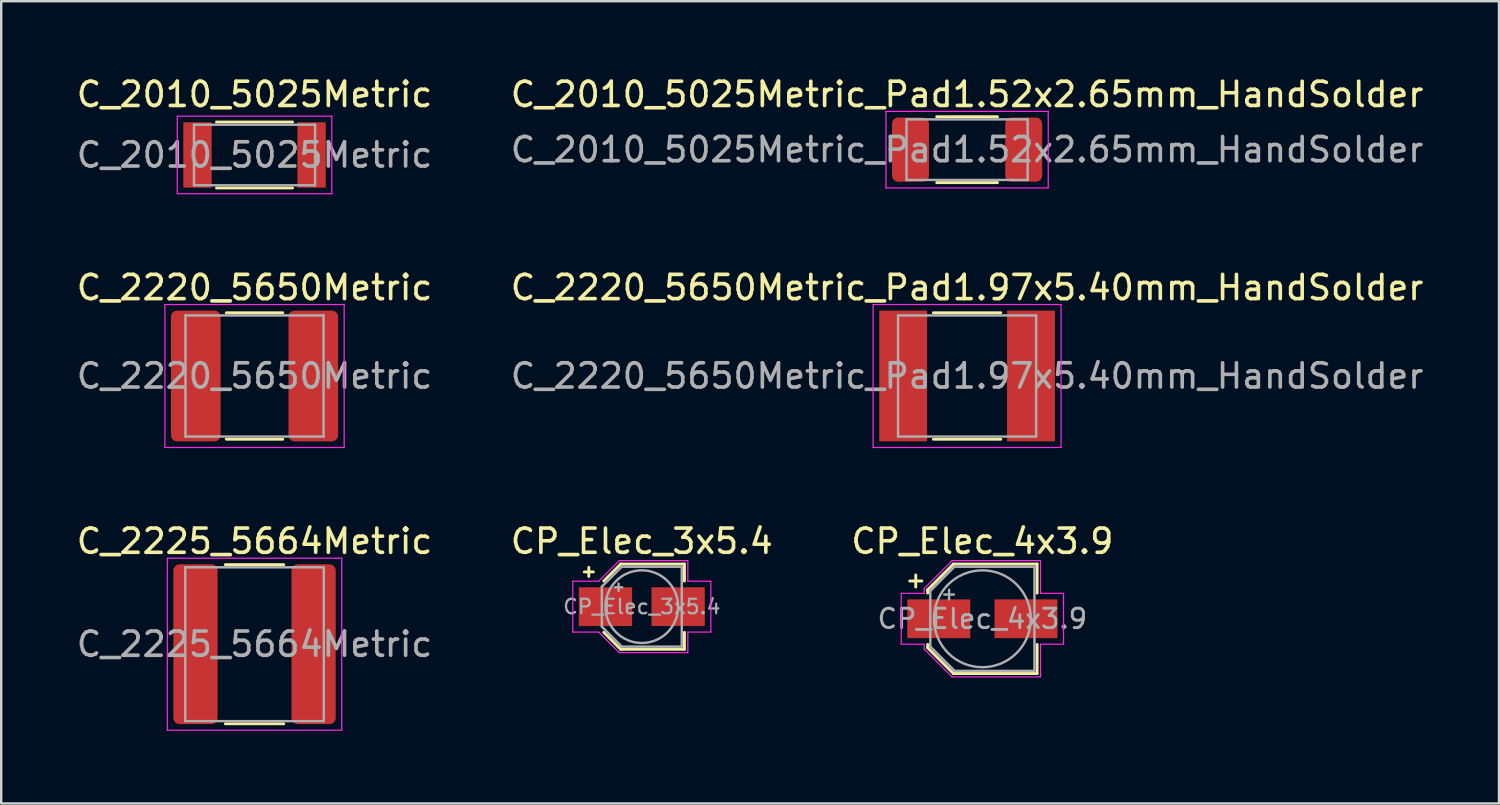
<source format=kicad_pcb>
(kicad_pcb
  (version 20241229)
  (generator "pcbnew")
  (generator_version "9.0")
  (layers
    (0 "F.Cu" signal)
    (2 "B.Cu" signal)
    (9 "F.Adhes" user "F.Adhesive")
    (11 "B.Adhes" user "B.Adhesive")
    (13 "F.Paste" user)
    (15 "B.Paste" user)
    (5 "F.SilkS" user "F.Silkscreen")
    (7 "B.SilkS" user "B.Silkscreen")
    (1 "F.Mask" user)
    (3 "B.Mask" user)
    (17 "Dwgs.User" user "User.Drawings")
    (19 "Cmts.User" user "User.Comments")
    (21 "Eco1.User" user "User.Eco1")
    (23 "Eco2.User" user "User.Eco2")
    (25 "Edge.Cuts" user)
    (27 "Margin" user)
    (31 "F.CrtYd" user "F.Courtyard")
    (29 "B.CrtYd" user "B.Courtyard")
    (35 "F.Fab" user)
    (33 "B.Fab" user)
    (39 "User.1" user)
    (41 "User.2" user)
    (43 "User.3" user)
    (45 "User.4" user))
  (footprint "C_2010_5025Metric"
    (layer "F.Cu")
    (at 7.458 3.348)
    (property "Reference" "C_2010_5025Metric" (at 0 -2.5 0) (layer "F.SilkS") (effects (font (size 1 1) (thickness 0.15))))
    (attr smd)
    (fp_line (start -1.57 -1.36) (end 1.57 -1.36) (stroke (width 0.12) (type solid)) (layer "F.SilkS"))
    (fp_line (start -1.57 1.36) (end 1.57 1.36) (stroke (width 0.12) (type solid)) (layer "F.SilkS"))
    (fp_line (start -3.19 -1.6) (end 3.19 -1.6) (stroke (width 0.05) (type solid)) (layer "F.CrtYd"))
    (fp_line (start -3.19 1.6) (end -3.19 -1.6) (stroke (width 0.05) (type solid)) (layer "F.CrtYd"))
    (fp_line (start 3.19 -1.6) (end 3.19 1.6) (stroke (width 0.05) (type solid)) (layer "F.CrtYd"))
    (fp_line (start 3.19 1.6) (end -3.19 1.6) (stroke (width 0.05) (type solid)) (layer "F.CrtYd"))
    (fp_line (start -2.5 -1.25) (end 2.5 -1.25) (stroke (width 0.1) (type solid)) (layer "F.Fab"))
    (fp_line (start -2.5 1.25) (end -2.5 -1.25) (stroke (width 0.1) (type solid)) (layer "F.Fab"))
    (fp_line (start 2.5 -1.25) (end 2.5 1.25) (stroke (width 0.1) (type solid)) (layer "F.Fab"))
    (fp_line (start 2.5 1.25) (end -2.5 1.25) (stroke (width 0.1) (type solid)) (layer "F.Fab"))
    (fp_text user "${REFERENCE}" (at 0 0 0) (layer "F.Fab") (effects (font (size 1 1) (thickness 0.15))))
    (pad "1" smd rect (at -2.355 0) (size 1.17 2.7) (layers "F.Cu" "F.Mask" "F.Paste"))
    (pad "2" smd rect (at 2.355 0) (size 1.17 2.7) (layers "F.Cu" "F.Mask" "F.Paste")))
  (footprint "CP_Elec_3x5.4"
    (layer "F.Cu")
    (at 23.446 21.995)
    (property "Reference" "CP_Elec_3x5.4" (at 0 -2.7 0) (layer "F.SilkS") (effects (font (size 1 1) (thickness 0.15))))
    (attr smd)
    (fp_line (start -2.375 -1.435) (end -2 -1.435) (stroke (width 0.12) (type solid)) (layer "F.SilkS"))
    (fp_line (start -2.188 -1.623) (end -2.188 -1.248) (stroke (width 0.12) (type solid)) (layer "F.SilkS"))
    (fp_line (start -1.571 -1.06) (end -0.871 -1.76) (stroke (width 0.12) (type solid)) (layer "F.SilkS"))
    (fp_line (start -1.571 1.06) (end -0.871 1.76) (stroke (width 0.12) (type solid)) (layer "F.SilkS"))
    (fp_line (start -0.871 -1.76) (end 1.76 -1.76) (stroke (width 0.12) (type solid)) (layer "F.SilkS"))
    (fp_line (start -0.871 1.76) (end 1.76 1.76) (stroke (width 0.12) (type solid)) (layer "F.SilkS"))
    (fp_line (start 1.76 -1.76) (end 1.76 -1.06) (stroke (width 0.12) (type solid)) (layer "F.SilkS"))
    (fp_line (start 1.76 1.76) (end 1.76 1.06) (stroke (width 0.12) (type solid)) (layer "F.SilkS"))
    (fp_line (start -2.85 -1.05) (end -2.85 1.05) (stroke (width 0.05) (type solid)) (layer "F.CrtYd"))
    (fp_line (start -2.85 1.05) (end -1.779 1.05) (stroke (width 0.05) (type solid)) (layer "F.CrtYd"))
    (fp_line (start -1.779 -1.05) (end -2.85 -1.05) (stroke (width 0.05) (type solid)) (layer "F.CrtYd"))
    (fp_line (start -1.779 -1.05) (end -0.93 -1.9) (stroke (width 0.05) (type solid)) (layer "F.CrtYd"))
    (fp_line (start -1.779 1.05) (end -0.93 1.9) (stroke (width 0.05) (type solid)) (layer "F.CrtYd"))
    (fp_line (start -0.93 -1.9) (end 1.9 -1.9) (stroke (width 0.05) (type solid)) (layer "F.CrtYd"))
    (fp_line (start -0.93 1.9) (end 1.9 1.9) (stroke (width 0.05) (type solid)) (layer "F.CrtYd"))
    (fp_line (start 1.9 -1.9) (end 1.9 -1.05) (stroke (width 0.05) (type solid)) (layer "F.CrtYd"))
    (fp_line (start 1.9 -1.05) (end 2.85 -1.05) (stroke (width 0.05) (type solid)) (layer "F.CrtYd"))
    (fp_line (start 1.9 1.05) (end 1.9 1.9) (stroke (width 0.05) (type solid)) (layer "F.CrtYd"))
    (fp_line (start 2.85 -1.05) (end 2.85 1.05) (stroke (width 0.05) (type solid)) (layer "F.CrtYd"))
    (fp_line (start 2.85 1.05) (end 1.9 1.05) (stroke (width 0.05) (type solid)) (layer "F.CrtYd"))
    (fp_line (start -1.65 -0.825) (end -1.65 0.825) (stroke (width 0.1) (type solid)) (layer "F.Fab"))
    (fp_line (start -1.65 -0.825) (end -0.825 -1.65) (stroke (width 0.1) (type solid)) (layer "F.Fab"))
    (fp_line (start -1.65 0.825) (end -0.825 1.65) (stroke (width 0.1) (type solid)) (layer "F.Fab"))
    (fp_line (start -1.11 -0.8) (end -0.81 -0.8) (stroke (width 0.1) (type solid)) (layer "F.Fab"))
    (fp_line (start -0.96 -0.95) (end -0.96 -0.65) (stroke (width 0.1) (type solid)) (layer "F.Fab"))
    (fp_line (start -0.825 -1.65) (end 1.65 -1.65) (stroke (width 0.1) (type solid)) (layer "F.Fab"))
    (fp_line (start -0.825 1.65) (end 1.65 1.65) (stroke (width 0.1) (type solid)) (layer "F.Fab"))
    (fp_line (start 1.65 -1.65) (end 1.65 1.65) (stroke (width 0.1) (type solid)) (layer "F.Fab"))
    (fp_circle (center 0 0) (end 1.5 0) (stroke (width 0.1) (type solid)) (fill no) (layer "F.Fab"))
    (fp_text user "${REFERENCE}" (at 0 0 0) (layer "F.Fab") (effects (font (size 0.6 0.6) (thickness 0.09))))
    (pad "1" smd rect (at -1.5 0) (size 2.2 1.6) (layers "F.Cu" "F.Mask" "F.Paste"))
    (pad "2" smd rect (at 1.5 0) (size 2.2 1.6) (layers "F.Cu" "F.Mask" "F.Paste")))
  (footprint "C_2010_5025Metric_Pad1.52x2.65mm_HandSolder"
    (layer "F.Cu")
    (at 36.875 3.128)
    (property "Reference" "C_2010_5025Metric_Pad1.52x2.65mm_HandSolder" (at 0 -2.28 0) (layer "F.SilkS") (effects (font (size 1 1) (thickness 0.15))))
    (attr smd)
    (fp_line (start -1.255 -1.36) (end 1.255 -1.36) (stroke (width 0.12) (type solid)) (layer "F.SilkS"))
    (fp_line (start -1.255 1.36) (end 1.255 1.36) (stroke (width 0.12) (type solid)) (layer "F.SilkS"))
    (fp_line (start -3.35 -1.58) (end 3.35 -1.58) (stroke (width 0.05) (type solid)) (layer "F.CrtYd"))
    (fp_line (start -3.35 1.58) (end -3.35 -1.58) (stroke (width 0.05) (type solid)) (layer "F.CrtYd"))
    (fp_line (start 3.35 -1.58) (end 3.35 1.58) (stroke (width 0.05) (type solid)) (layer "F.CrtYd"))
    (fp_line (start 3.35 1.58) (end -3.35 1.58) (stroke (width 0.05) (type solid)) (layer "F.CrtYd"))
    (fp_line (start -2.5 -1.25) (end 2.5 -1.25) (stroke (width 0.1) (type solid)) (layer "F.Fab"))
    (fp_line (start -2.5 1.25) (end -2.5 -1.25) (stroke (width 0.1) (type solid)) (layer "F.Fab"))
    (fp_line (start 2.5 -1.25) (end 2.5 1.25) (stroke (width 0.1) (type solid)) (layer "F.Fab"))
    (fp_line (start 2.5 1.25) (end -2.5 1.25) (stroke (width 0.1) (type solid)) (layer "F.Fab"))
    (fp_text user "${REFERENCE}" (at 0 0 0) (layer "F.Fab") (effects (font (size 1 1) (thickness 0.15))))
    (pad "1" smd roundrect (at -2.337 0) (size 1.525 2.65) (layers "F.Cu" "F.Mask" "F.Paste") (roundrect_rratio 0.164))
    (pad "2" smd roundrect (at 2.337 0) (size 1.525 2.65) (layers "F.Cu" "F.Mask" "F.Paste") (roundrect_rratio 0.164)))
  (footprint "C_2225_5664Metric"
    (layer "F.Cu")
    (at 7.458 23.545)
    (property "Reference" "C_2225_5664Metric" (at 0 -4.25 0) (layer "F.SilkS") (effects (font (size 1 1) (thickness 0.15))))
    (attr smd)
    (fp_line (start -1.205 -3.285) (end 1.205 -3.285) (stroke (width 0.12) (type solid)) (layer "F.SilkS"))
    (fp_line (start -1.205 3.285) (end 1.205 3.285) (stroke (width 0.12) (type solid)) (layer "F.SilkS"))
    (fp_line (start -3.6 -3.55) (end 3.6 -3.55) (stroke (width 0.05) (type solid)) (layer "F.CrtYd"))
    (fp_line (start -3.6 3.55) (end -3.6 -3.55) (stroke (width 0.05) (type solid)) (layer "F.CrtYd"))
    (fp_line (start 3.6 -3.55) (end 3.6 3.55) (stroke (width 0.05) (type solid)) (layer "F.CrtYd"))
    (fp_line (start 3.6 3.55) (end -3.6 3.55) (stroke (width 0.05) (type solid)) (layer "F.CrtYd"))
    (fp_line (start -2.86 -3.175) (end 2.86 -3.175) (stroke (width 0.1) (type solid)) (layer "F.Fab"))
    (fp_line (start -2.86 3.175) (end -2.86 -3.175) (stroke (width 0.1) (type solid)) (layer "F.Fab"))
    (fp_line (start 2.86 -3.175) (end 2.86 3.175) (stroke (width 0.1) (type solid)) (layer "F.Fab"))
    (fp_line (start 2.86 3.175) (end -2.86 3.175) (stroke (width 0.1) (type solid)) (layer "F.Fab"))
    (fp_text user "${REFERENCE}" (at 0 0 0) (layer "F.Fab") (effects (font (size 1 1) (thickness 0.15))))
    (pad "1" smd roundrect (at -2.438 0) (size 1.825 6.6) (layers "F.Cu" "F.Mask" "F.Paste") (roundrect_rratio 0.137))
    (pad "2" smd roundrect (at 2.438 0) (size 1.825 6.6) (layers "F.Cu" "F.Mask" "F.Paste") (roundrect_rratio 0.137)))
  (footprint "C_2220_5650Metric"
    (layer "F.Cu")
    (at 7.458 12.472)
    (property "Reference" "C_2220_5650Metric" (at 0 -3.65 0) (layer "F.SilkS") (effects (font (size 1 1) (thickness 0.15))))
    (attr smd)
    (fp_line (start -1.166 -2.61) (end 1.166 -2.61) (stroke (width 0.12) (type solid)) (layer "F.SilkS"))
    (fp_line (start -1.166 2.61) (end 1.166 2.61) (stroke (width 0.12) (type solid)) (layer "F.SilkS"))
    (fp_line (start -3.7 -2.95) (end 3.7 -2.95) (stroke (width 0.05) (type solid)) (layer "F.CrtYd"))
    (fp_line (start -3.7 2.95) (end -3.7 -2.95) (stroke (width 0.05) (type solid)) (layer "F.CrtYd"))
    (fp_line (start 3.7 -2.95) (end 3.7 2.95) (stroke (width 0.05) (type solid)) (layer "F.CrtYd"))
    (fp_line (start 3.7 2.95) (end -3.7 2.95) (stroke (width 0.05) (type solid)) (layer "F.CrtYd"))
    (fp_line (start -2.85 -2.5) (end 2.85 -2.5) (stroke (width 0.1) (type solid)) (layer "F.Fab"))
    (fp_line (start -2.85 2.5) (end -2.85 -2.5) (stroke (width 0.1) (type solid)) (layer "F.Fab"))
    (fp_line (start 2.85 -2.5) (end 2.85 2.5) (stroke (width 0.1) (type solid)) (layer "F.Fab"))
    (fp_line (start 2.85 2.5) (end -2.85 2.5) (stroke (width 0.1) (type solid)) (layer "F.Fab"))
    (fp_text user "${REFERENCE}" (at 0 0 0) (layer "F.Fab") (effects (font (size 1 1) (thickness 0.15))))
    (pad "1" smd roundrect (at -2.425 0) (size 2.05 5.4) (layers "F.Cu" "F.Mask" "F.Paste") (roundrect_rratio 0.122))
    (pad "2" smd roundrect (at 2.425 0) (size 2.05 5.4) (layers "F.Cu" "F.Mask" "F.Paste") (roundrect_rratio 0.122)))
  (footprint "C_2220_5650Metric_Pad1.97x5.40mm_HandSolder"
    (layer "F.Cu")
    (at 36.875 12.472)
    (property "Reference" "C_2220_5650Metric_Pad1.97x5.40mm_HandSolder" (at 0 -3.65 0) (layer "F.SilkS") (effects (font (size 1 1) (thickness 0.15))))
    (attr smd)
    (fp_line (start -1.39 -2.61) (end 1.39 -2.61) (stroke (width 0.12) (type solid)) (layer "F.SilkS"))
    (fp_line (start -1.39 2.61) (end 1.39 2.61) (stroke (width 0.12) (type solid)) (layer "F.SilkS"))
    (fp_line (start -3.88 -2.95) (end 3.88 -2.95) (stroke (width 0.05) (type solid)) (layer "F.CrtYd"))
    (fp_line (start -3.88 2.95) (end -3.88 -2.95) (stroke (width 0.05) (type solid)) (layer "F.CrtYd"))
    (fp_line (start 3.88 -2.95) (end 3.88 2.95) (stroke (width 0.05) (type solid)) (layer "F.CrtYd"))
    (fp_line (start 3.88 2.95) (end -3.88 2.95) (stroke (width 0.05) (type solid)) (layer "F.CrtYd"))
    (fp_line (start -2.85 -2.5) (end 2.85 -2.5) (stroke (width 0.1) (type solid)) (layer "F.Fab"))
    (fp_line (start -2.85 2.5) (end -2.85 -2.5) (stroke (width 0.1) (type solid)) (layer "F.Fab"))
    (fp_line (start 2.85 -2.5) (end 2.85 2.5) (stroke (width 0.1) (type solid)) (layer "F.Fab"))
    (fp_line (start 2.85 2.5) (end -2.85 2.5) (stroke (width 0.1) (type solid)) (layer "F.Fab"))
    (fp_text user "${REFERENCE}" (at 0 0 0) (layer "F.Fab") (effects (font (size 1 1) (thickness 0.15))))
    (pad "1" smd rect (at -2.638 0) (size 1.975 5.4) (layers "F.Cu" "F.Mask" "F.Paste"))
    (pad "2" smd rect (at 2.638 0) (size 1.975 5.4) (layers "F.Cu" "F.Mask" "F.Paste")))
  (footprint "CP_Elec_4x3.9"
    (layer "F.Cu")
    (at 37.506 22.495)
    (property "Reference" "CP_Elec_4x3.9" (at 0 -3.2 0) (layer "F.SilkS") (effects (font (size 1 1) (thickness 0.15))))
    (attr smd)
    (fp_line (start -3 -1.56) (end -2.5 -1.56) (stroke (width 0.12) (type solid)) (layer "F.SilkS"))
    (fp_line (start -2.75 -1.81) (end -2.75 -1.31) (stroke (width 0.12) (type solid)) (layer "F.SilkS"))
    (fp_line (start -2.26 -1.196) (end -2.26 -1.06) (stroke (width 0.12) (type solid)) (layer "F.SilkS"))
    (fp_line (start -2.26 -1.196) (end -1.196 -2.26) (stroke (width 0.12) (type solid)) (layer "F.SilkS"))
    (fp_line (start -2.26 1.196) (end -2.26 1.06) (stroke (width 0.12) (type solid)) (layer "F.SilkS"))
    (fp_line (start -2.26 1.196) (end -1.196 2.26) (stroke (width 0.12) (type solid)) (layer "F.SilkS"))
    (fp_line (start -1.196 -2.26) (end 2.26 -2.26) (stroke (width 0.12) (type solid)) (layer "F.SilkS"))
    (fp_line (start -1.196 2.26) (end 2.26 2.26) (stroke (width 0.12) (type solid)) (layer "F.SilkS"))
    (fp_line (start 2.26 -2.26) (end 2.26 -1.06) (stroke (width 0.12) (type solid)) (layer "F.SilkS"))
    (fp_line (start 2.26 2.26) (end 2.26 1.06) (stroke (width 0.12) (type solid)) (layer "F.SilkS"))
    (fp_line (start -3.35 -1.05) (end -3.35 1.05) (stroke (width 0.05) (type solid)) (layer "F.CrtYd"))
    (fp_line (start -3.35 1.05) (end -2.4 1.05) (stroke (width 0.05) (type solid)) (layer "F.CrtYd"))
    (fp_line (start -2.4 -1.25) (end -2.4 -1.05) (stroke (width 0.05) (type solid)) (layer "F.CrtYd"))
    (fp_line (start -2.4 -1.25) (end -1.25 -2.4) (stroke (width 0.05) (type solid)) (layer "F.CrtYd"))
    (fp_line (start -2.4 -1.05) (end -3.35 -1.05) (stroke (width 0.05) (type solid)) (layer "F.CrtYd"))
    (fp_line (start -2.4 1.05) (end -2.4 1.25) (stroke (width 0.05) (type solid)) (layer "F.CrtYd"))
    (fp_line (start -2.4 1.25) (end -1.25 2.4) (stroke (width 0.05) (type solid)) (layer "F.CrtYd"))
    (fp_line (start -1.25 -2.4) (end 2.4 -2.4) (stroke (width 0.05) (type solid)) (layer "F.CrtYd"))
    (fp_line (start -1.25 2.4) (end 2.4 2.4) (stroke (width 0.05) (type solid)) (layer "F.CrtYd"))
    (fp_line (start 2.4 -2.4) (end 2.4 -1.05) (stroke (width 0.05) (type solid)) (layer "F.CrtYd"))
    (fp_line (start 2.4 -1.05) (end 3.35 -1.05) (stroke (width 0.05) (type solid)) (layer "F.CrtYd"))
    (fp_line (start 2.4 1.05) (end 2.4 2.4) (stroke (width 0.05) (type solid)) (layer "F.CrtYd"))
    (fp_line (start 3.35 -1.05) (end 3.35 1.05) (stroke (width 0.05) (type solid)) (layer "F.CrtYd"))
    (fp_line (start 3.35 1.05) (end 2.4 1.05) (stroke (width 0.05) (type solid)) (layer "F.CrtYd"))
    (fp_line (start -2.15 -1.15) (end -2.15 1.15) (stroke (width 0.1) (type solid)) (layer "F.Fab"))
    (fp_line (start -2.15 -1.15) (end -1.15 -2.15) (stroke (width 0.1) (type solid)) (layer "F.Fab"))
    (fp_line (start -2.15 1.15) (end -1.15 2.15) (stroke (width 0.1) (type solid)) (layer "F.Fab"))
    (fp_line (start -1.575 -1) (end -1.175 -1) (stroke (width 0.1) (type solid)) (layer "F.Fab"))
    (fp_line (start -1.375 -1.2) (end -1.375 -0.8) (stroke (width 0.1) (type solid)) (layer "F.Fab"))
    (fp_line (start -1.15 -2.15) (end 2.15 -2.15) (stroke (width 0.1) (type solid)) (layer "F.Fab"))
    (fp_line (start -1.15 2.15) (end 2.15 2.15) (stroke (width 0.1) (type solid)) (layer "F.Fab"))
    (fp_line (start 2.15 -2.15) (end 2.15 2.15) (stroke (width 0.1) (type solid)) (layer "F.Fab"))
    (fp_circle (center 0 0) (end 2 0) (stroke (width 0.1) (type solid)) (fill no) (layer "F.Fab"))
    (fp_text user "${REFERENCE}" (at 0 0 0) (layer "F.Fab") (effects (font (size 0.8 0.8) (thickness 0.12))))
    (pad "1" smd rect (at -1.8 0) (size 2.6 1.6) (layers "F.Cu" "F.Mask" "F.Paste"))
    (pad "2" smd rect (at 1.8 0) (size 2.6 1.6) (layers "F.Cu" "F.Mask" "F.Paste")))
  (gr_rect
    (start -3 -3)
    (end 58.833 30.12)
    (stroke (width 0.1) (type default))
    (fill no)
    (layer "Edge.Cuts")))
</source>
